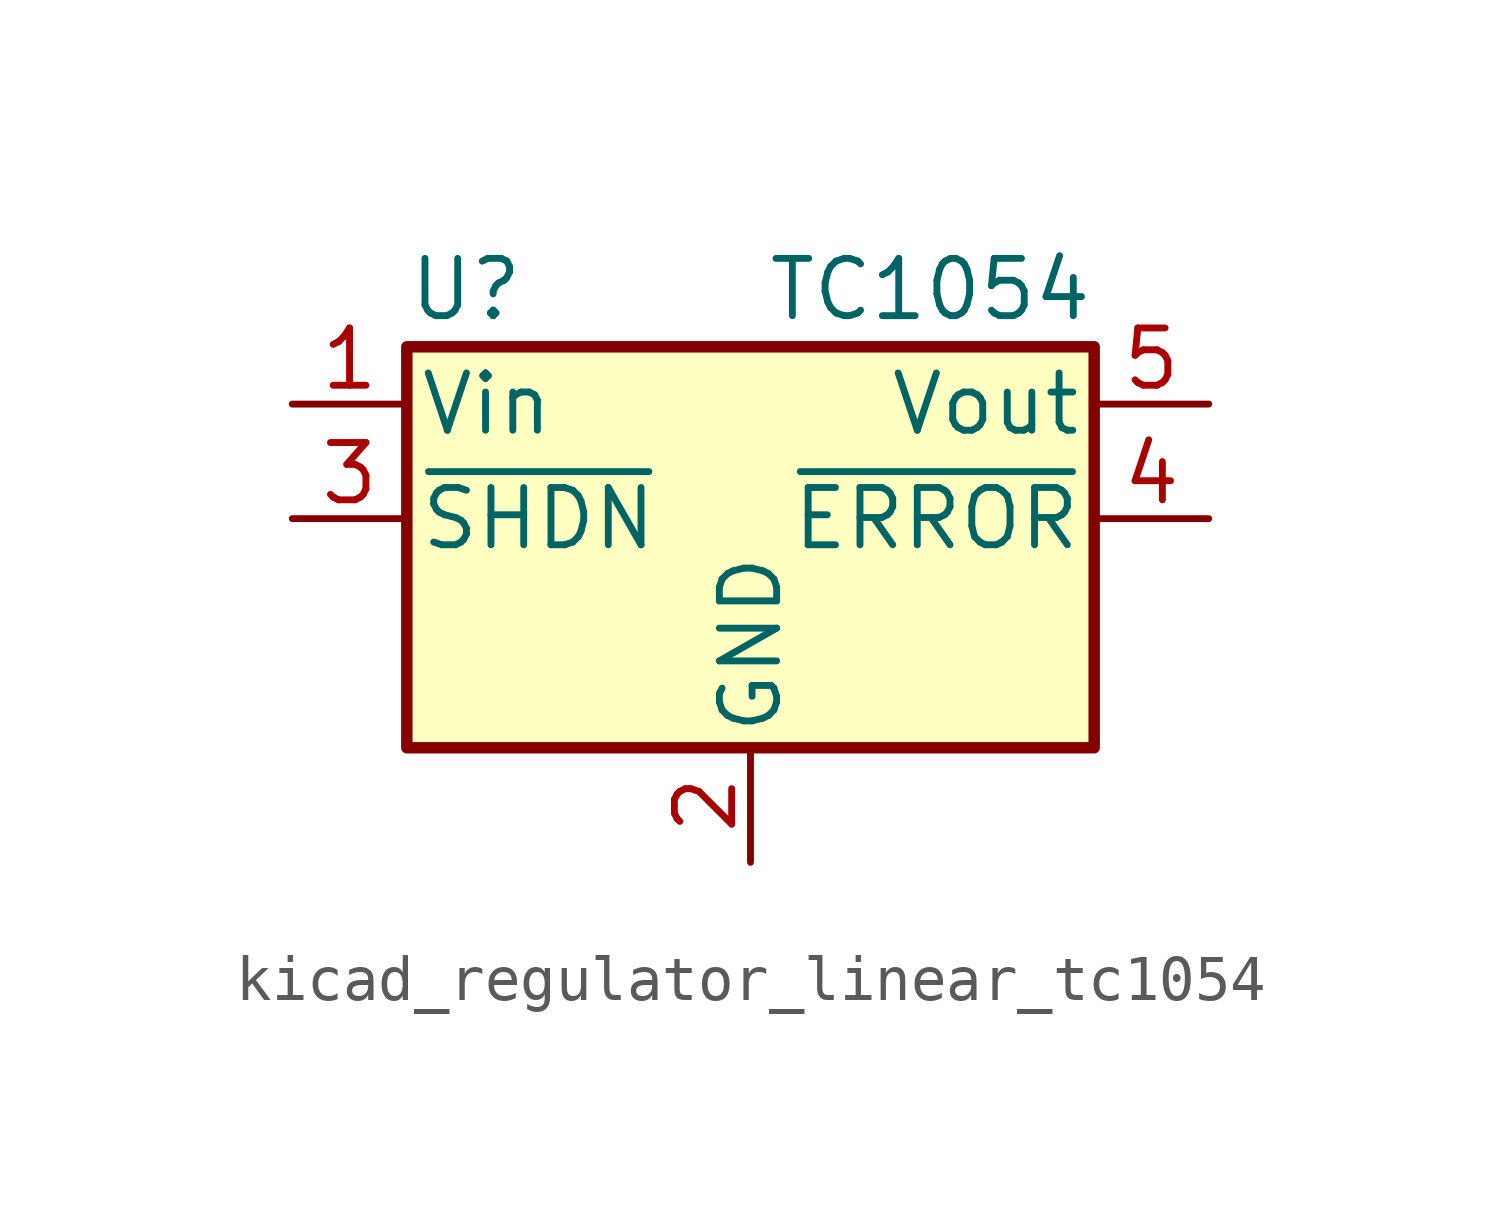
<source format=kicad_sym>
(kicad_symbol_lib
  (version 20220914)
  (generator kicad_symbol_editor)
  (symbol "kicad_regulator_linear_tc1054"
    (pin_names
      (offset 0.254))
    (property "Reference" "U"
      (at -7.62 5.08 0)
      (effects (font (size 1.27 1.27)) (justify left)))
    (property "Value" "TC1054"
      (at 7.62 5.08 0)
      (effects (font (size 1.27 1.27)) (justify right)))
    (symbol "kicad_regulator_linear_tc1054_0_1"
      (rectangle (start -7.62 3.81) (end 7.62 -5.08) (stroke (width 0.254) (type default)) (fill (type background))))
    (symbol "kicad_regulator_linear_tc1054_1_1"
      (pin power_in line (at -10.16 2.54 0) (length 2.54) (name "Vin" (effects (font (size 1.27 1.27)))) (number "1" (effects (font (size 1.27 1.27)))))
      (pin power_in line (at 0 -7.62 90) (length 2.54) (name "GND" (effects (font (size 1.27 1.27)))) (number "2" (effects (font (size 1.27 1.27)))))
      (pin input line (at -10.16 0 0) (length 2.54) (name "~{SHDN}" (effects (font (size 1.27 1.27)))) (number "3" (effects (font (size 1.27 1.27)))))
      (pin open_collector line (at 10.16 0 180) (length 2.54) (name "~{ERROR}" (effects (font (size 1.27 1.27)))) (number "4" (effects (font (size 1.27 1.27)))))
      (pin power_out line (at 10.16 2.54 180) (length 2.54) (name "Vout" (effects (font (size 1.27 1.27)))) (number "5" (effects (font (size 1.27 1.27))))))))
</source>
